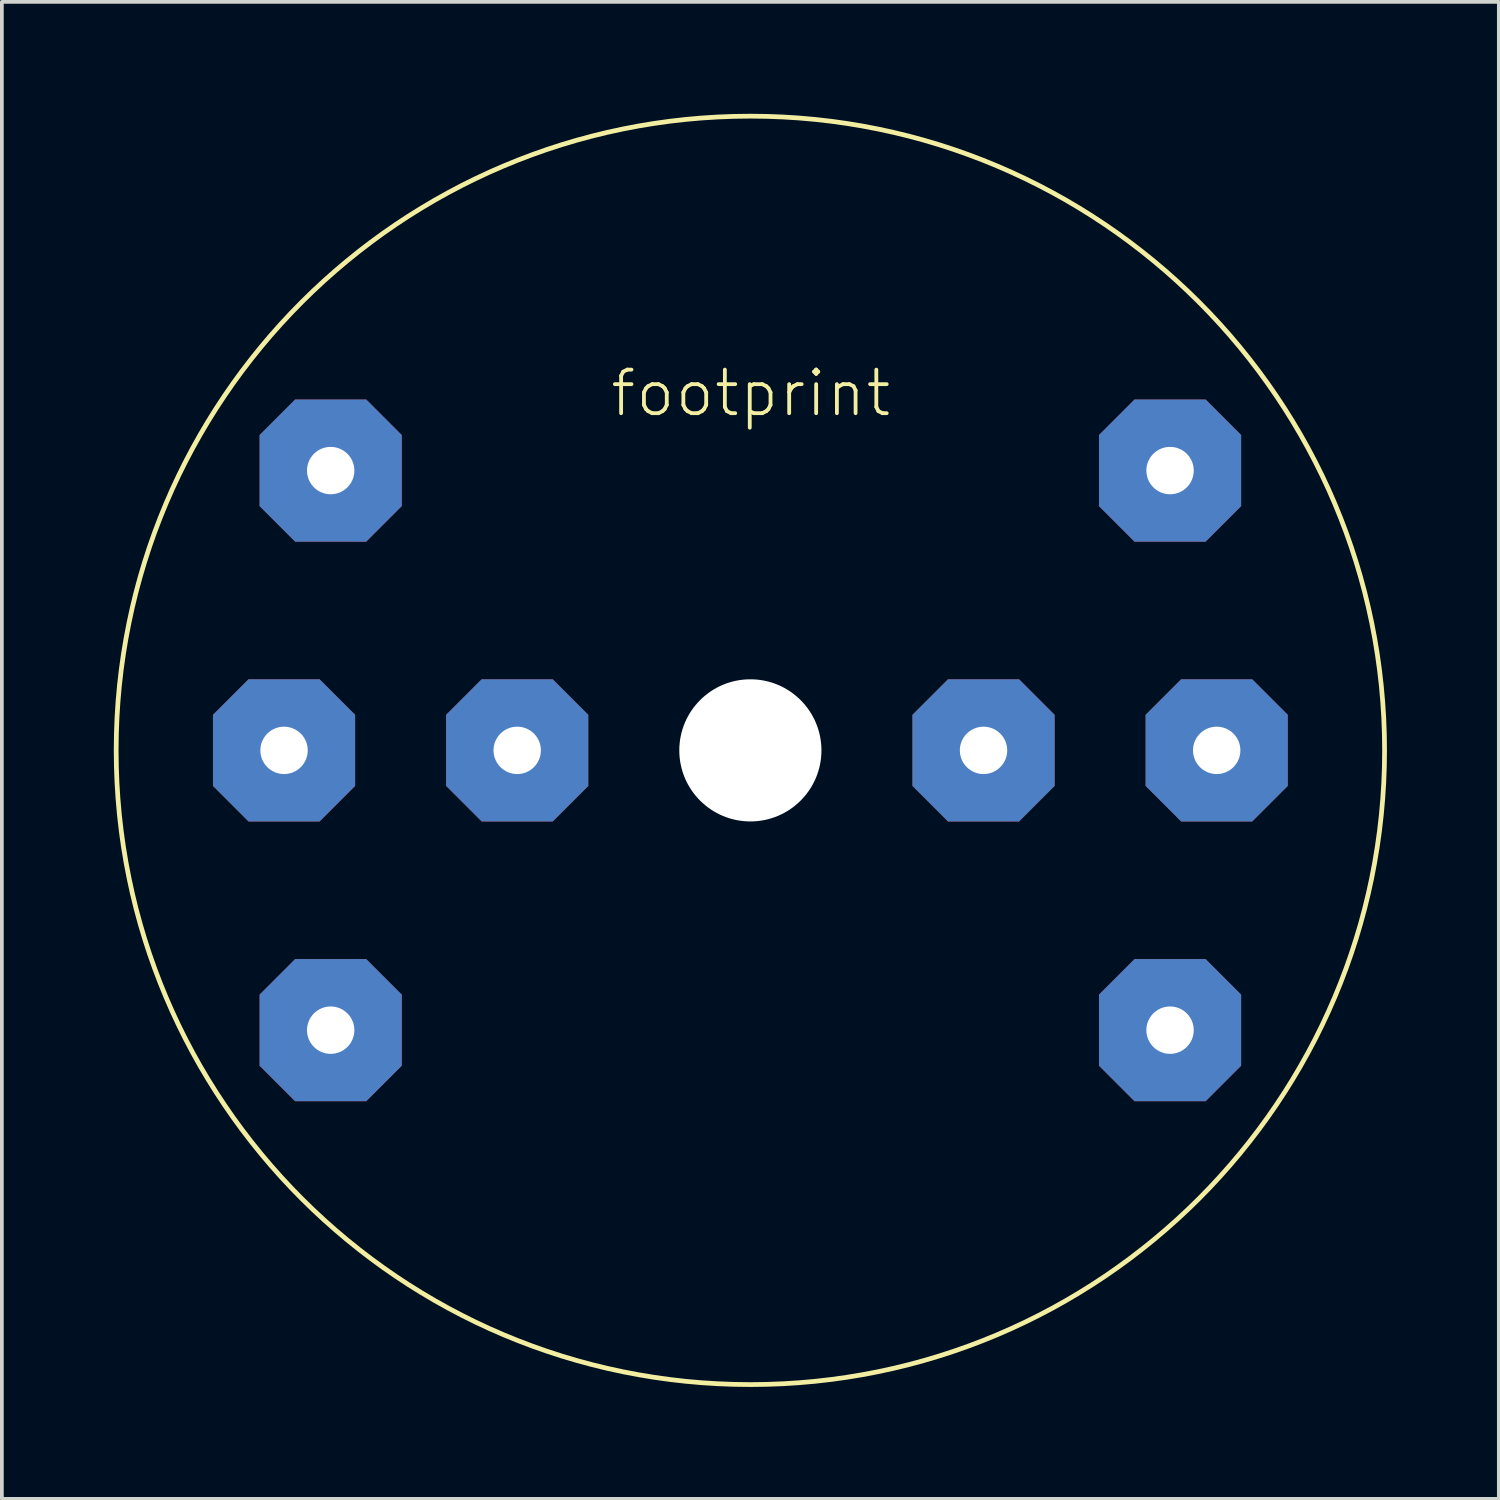
<source format=kicad_pcb>
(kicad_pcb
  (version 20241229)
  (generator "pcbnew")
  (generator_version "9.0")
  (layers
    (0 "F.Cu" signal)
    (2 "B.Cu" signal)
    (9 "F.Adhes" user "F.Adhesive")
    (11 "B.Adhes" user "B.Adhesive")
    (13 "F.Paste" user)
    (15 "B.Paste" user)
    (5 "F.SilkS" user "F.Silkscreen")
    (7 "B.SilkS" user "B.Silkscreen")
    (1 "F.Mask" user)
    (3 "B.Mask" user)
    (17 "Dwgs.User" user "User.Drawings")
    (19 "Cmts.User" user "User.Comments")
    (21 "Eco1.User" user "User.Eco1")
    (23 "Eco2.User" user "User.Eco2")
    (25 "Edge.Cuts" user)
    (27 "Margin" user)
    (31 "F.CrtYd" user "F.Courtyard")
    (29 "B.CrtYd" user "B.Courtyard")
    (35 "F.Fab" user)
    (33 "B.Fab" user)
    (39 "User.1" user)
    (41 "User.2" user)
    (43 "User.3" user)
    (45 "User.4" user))
  (footprint "footprint"
    (layer "F.Cu")
    (at 17.064 17.064)
    (property "Reference" "footprint" (at -3.81 -8.89 0) (layer "F.SilkS") (effects (font (size 1.168 1.168) (thickness 0.102)) (justify left bottom)))
    (fp_circle (center 0 0) (end 17 0) (stroke (width 0.127) (type solid)) (fill no) (layer "F.SilkS"))
    (pad "" np_thru_hole circle (at 0 0) (size 3.81 3.81) (drill 3.81) (layers "*.Cu" "*.Mask"))
    (pad "1" thru_hole roundrect (at -11.25 -7.5) (size 3.81 3.81) (drill 1.27) (layers "*.Cu" "*.Mask") (roundrect_rratio 0.25) (chamfer_ratio 0.25) (chamfer top_left top_right bottom_left bottom_right))
    (pad "2" thru_hole roundrect (at 11.25 -7.5) (size 3.81 3.81) (drill 1.27) (layers "*.Cu" "*.Mask") (roundrect_rratio 0.25) (chamfer_ratio 0.25) (chamfer top_left top_right bottom_left bottom_right))
    (pad "3" thru_hole roundrect (at -11.25 7.5) (size 3.81 3.81) (drill 1.27) (layers "*.Cu" "*.Mask") (roundrect_rratio 0.25) (chamfer_ratio 0.25) (chamfer top_left top_right bottom_left bottom_right))
    (pad "4" thru_hole roundrect (at 11.25 7.5) (size 3.81 3.81) (drill 1.27) (layers "*.Cu" "*.Mask") (roundrect_rratio 0.25) (chamfer_ratio 0.25) (chamfer top_left top_right bottom_left bottom_right))
    (pad "5" thru_hole roundrect (at -6.25 0) (size 3.81 3.81) (drill 1.27) (layers "*.Cu" "*.Mask") (roundrect_rratio 0.25) (chamfer_ratio 0.25) (chamfer top_left top_right bottom_left bottom_right))
    (pad "6" thru_hole roundrect (at -12.5 0) (size 3.81 3.81) (drill 1.27) (layers "*.Cu" "*.Mask") (roundrect_rratio 0.25) (chamfer_ratio 0.25) (chamfer top_left top_right bottom_left bottom_right))
    (pad "7" thru_hole roundrect (at 6.25 0) (size 3.81 3.81) (drill 1.27) (layers "*.Cu" "*.Mask") (roundrect_rratio 0.25) (chamfer_ratio 0.25) (chamfer top_left top_right bottom_left bottom_right))
    (pad "8" thru_hole roundrect (at 12.5 0) (size 3.81 3.81) (drill 1.27) (layers "*.Cu" "*.Mask") (roundrect_rratio 0.25) (chamfer_ratio 0.25) (chamfer top_left top_right bottom_left bottom_right)))
  (gr_rect
    (start -3 -3)
    (end 37.127 37.127)
    (stroke (width 0.1) (type default))
    (fill no)
    (layer "Edge.Cuts")))
</source>
